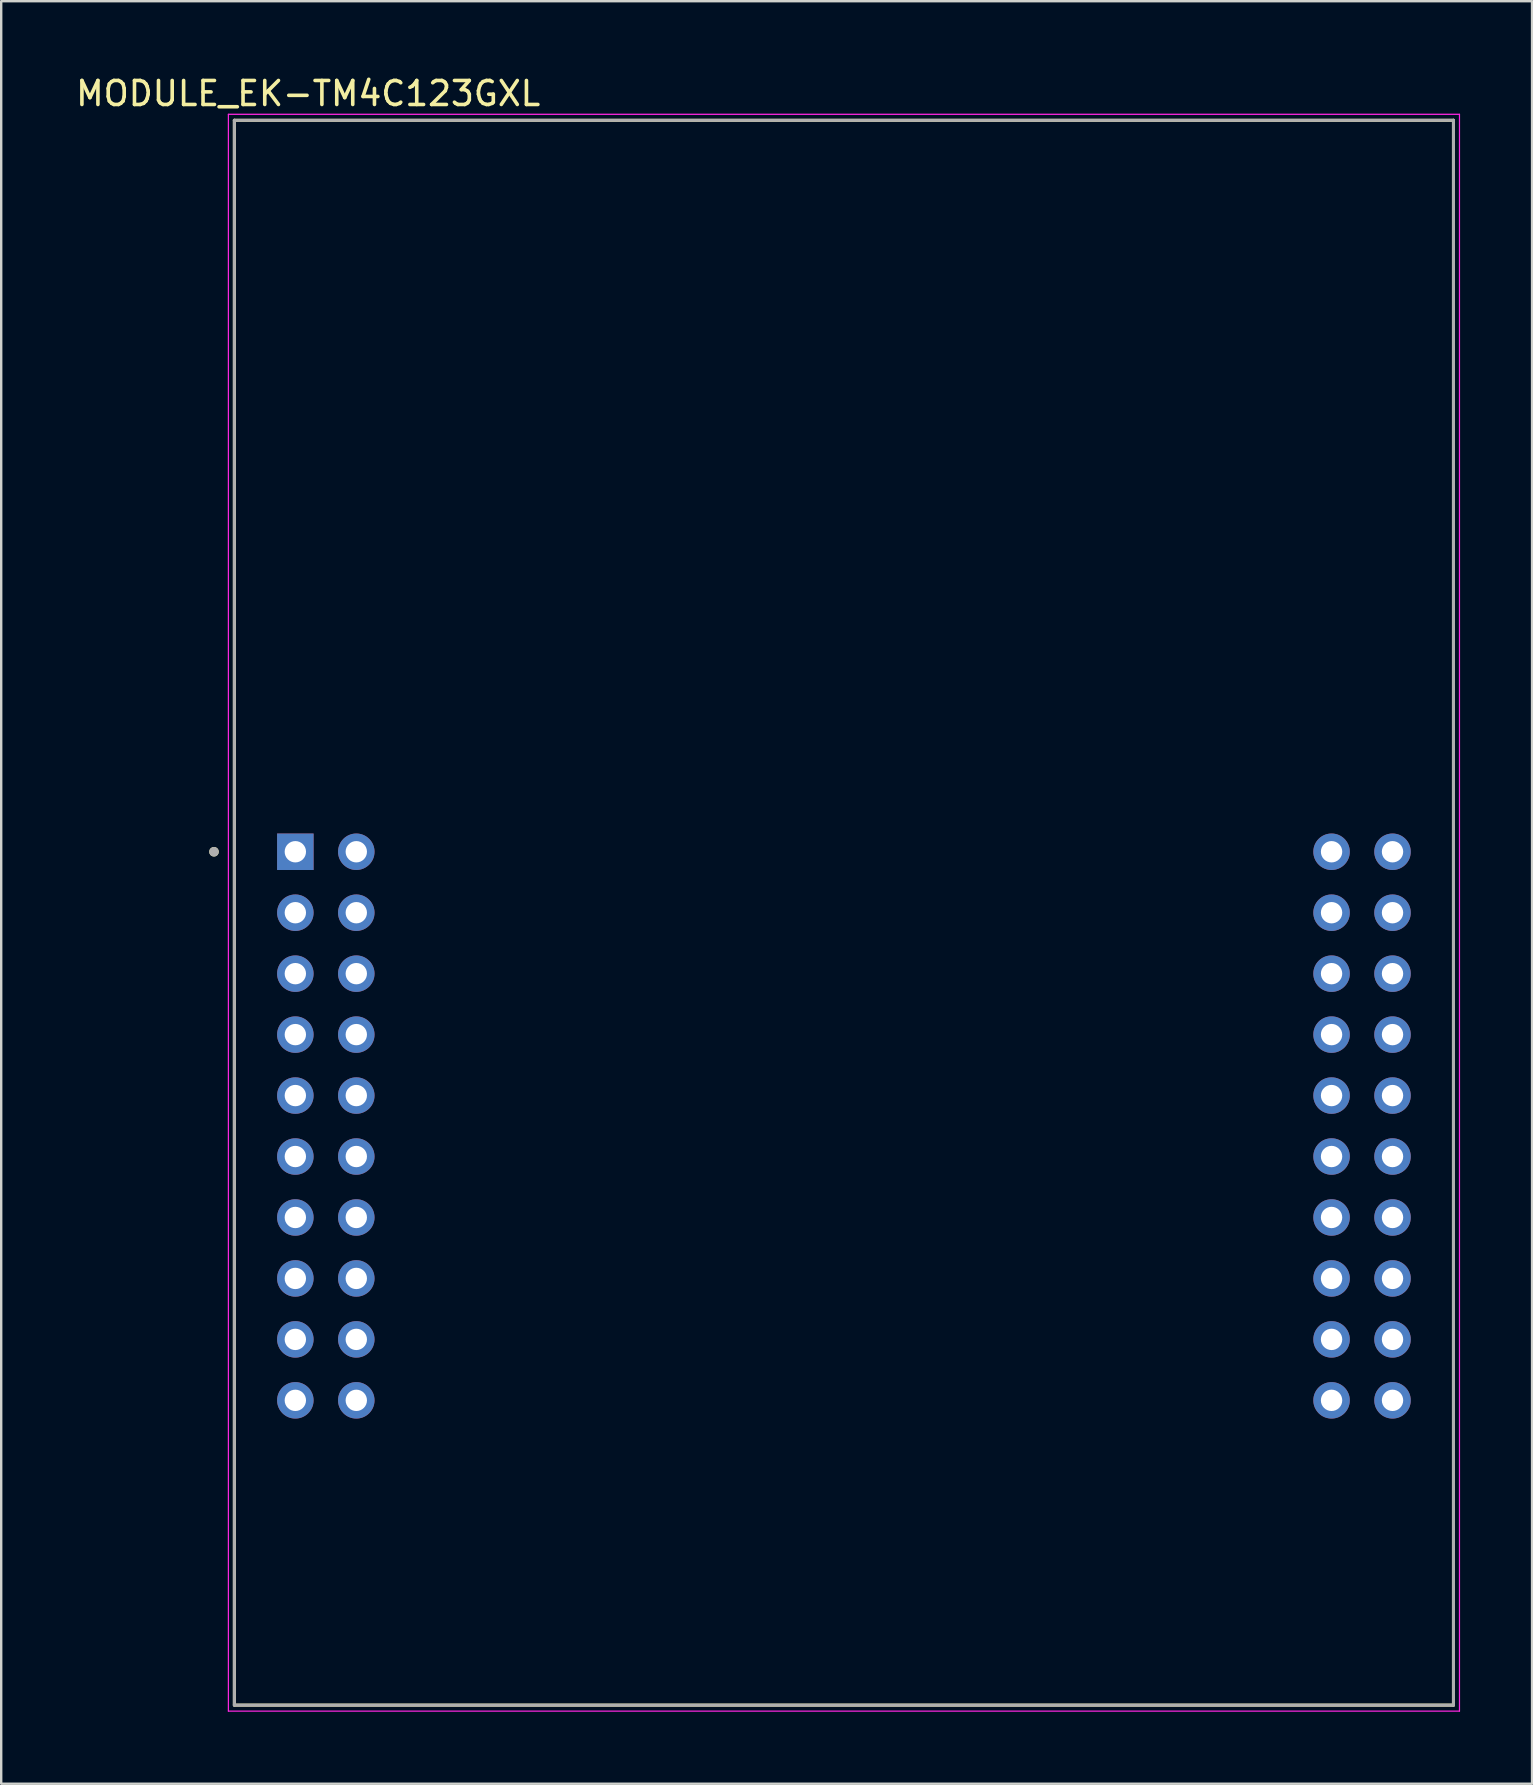
<source format=kicad_pcb>
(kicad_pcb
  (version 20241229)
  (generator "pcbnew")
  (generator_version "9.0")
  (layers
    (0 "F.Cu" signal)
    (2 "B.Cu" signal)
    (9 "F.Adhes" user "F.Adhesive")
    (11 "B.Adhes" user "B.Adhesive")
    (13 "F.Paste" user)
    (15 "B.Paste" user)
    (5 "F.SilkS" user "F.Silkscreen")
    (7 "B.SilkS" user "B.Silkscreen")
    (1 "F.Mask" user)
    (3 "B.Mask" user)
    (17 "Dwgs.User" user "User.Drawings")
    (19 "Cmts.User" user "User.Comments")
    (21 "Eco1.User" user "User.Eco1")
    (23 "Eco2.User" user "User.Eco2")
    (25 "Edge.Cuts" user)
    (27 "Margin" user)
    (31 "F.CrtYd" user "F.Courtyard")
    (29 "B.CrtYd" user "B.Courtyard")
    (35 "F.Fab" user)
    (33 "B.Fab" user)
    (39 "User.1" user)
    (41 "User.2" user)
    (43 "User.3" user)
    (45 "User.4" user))
  (footprint "MODULE_EK-TM4C123GXL"
    (layer "F.Cu")
    (at 32.117 34.983)
    (property "Reference" "MODULE_EK-TM4C123GXL" (at -22.325 -34.135 0) (layer "F.SilkS") (effects (font (size 1 1) (thickness 0.15))))
    (attr through_hole)
    (fp_line (start -25.4 -33.02) (end -25.4 33.02) (stroke (width 0.127) (type solid)) (layer "F.SilkS"))
    (fp_line (start -25.4 33.02) (end 25.4 33.02) (stroke (width 0.127) (type solid)) (layer "F.SilkS"))
    (fp_line (start 25.4 -33.02) (end -25.4 -33.02) (stroke (width 0.127) (type solid)) (layer "F.SilkS"))
    (fp_line (start 25.4 33.02) (end 25.4 -33.02) (stroke (width 0.127) (type solid)) (layer "F.SilkS"))
    (fp_circle (center -26.25 -2.54) (end -26.15 -2.54) (stroke (width 0.2) (type solid)) (fill no) (layer "F.SilkS"))
    (fp_line (start -25.65 -33.27) (end 25.65 -33.27) (stroke (width 0.05) (type solid)) (layer "F.CrtYd"))
    (fp_line (start -25.65 33.27) (end -25.65 -33.27) (stroke (width 0.05) (type solid)) (layer "F.CrtYd"))
    (fp_line (start 25.65 -33.27) (end 25.65 33.27) (stroke (width 0.05) (type solid)) (layer "F.CrtYd"))
    (fp_line (start 25.65 33.27) (end -25.65 33.27) (stroke (width 0.05) (type solid)) (layer "F.CrtYd"))
    (fp_line (start -25.4 -33.02) (end -25.4 33.02) (stroke (width 0.127) (type solid)) (layer "F.Fab"))
    (fp_line (start -25.4 33.02) (end 25.4 33.02) (stroke (width 0.127) (type solid)) (layer "F.Fab"))
    (fp_line (start 25.4 -33.02) (end -25.4 -33.02) (stroke (width 0.127) (type solid)) (layer "F.Fab"))
    (fp_line (start 25.4 33.02) (end 25.4 -33.02) (stroke (width 0.127) (type solid)) (layer "F.Fab"))
    (fp_circle (center -26.25 -2.54) (end -26.15 -2.54) (stroke (width 0.2) (type solid)) (fill no) (layer "F.Fab"))
    (pad "J1_1" thru_hole rect (at -22.86 -2.54) (size 1.52 1.52) (drill 0.89) (layers "*.Cu" "*.Mask"))
    (pad "J1_2" thru_hole circle (at -22.86 0) (size 1.52 1.52) (drill 0.89) (layers "*.Cu" "*.Mask"))
    (pad "J1_3" thru_hole circle (at -22.86 2.54) (size 1.52 1.52) (drill 0.89) (layers "*.Cu" "*.Mask"))
    (pad "J1_4" thru_hole circle (at -22.86 5.08) (size 1.52 1.52) (drill 0.89) (layers "*.Cu" "*.Mask"))
    (pad "J1_5" thru_hole circle (at -22.86 7.62) (size 1.52 1.52) (drill 0.89) (layers "*.Cu" "*.Mask"))
    (pad "J1_6" thru_hole circle (at -22.86 10.16) (size 1.52 1.52) (drill 0.89) (layers "*.Cu" "*.Mask"))
    (pad "J1_7" thru_hole circle (at -22.86 12.7) (size 1.52 1.52) (drill 0.89) (layers "*.Cu" "*.Mask"))
    (pad "J1_8" thru_hole circle (at -22.86 15.24) (size 1.52 1.52) (drill 0.89) (layers "*.Cu" "*.Mask"))
    (pad "J1_9" thru_hole circle (at -22.86 17.78) (size 1.52 1.52) (drill 0.89) (layers "*.Cu" "*.Mask"))
    (pad "J1_10" thru_hole circle (at -22.86 20.32) (size 1.52 1.52) (drill 0.89) (layers "*.Cu" "*.Mask"))
    (pad "J2_1" thru_hole circle (at 22.86 -2.54) (size 1.52 1.52) (drill 0.89) (layers "*.Cu" "*.Mask"))
    (pad "J2_2" thru_hole circle (at 22.86 0) (size 1.52 1.52) (drill 0.89) (layers "*.Cu" "*.Mask"))
    (pad "J2_3" thru_hole circle (at 22.86 2.54) (size 1.52 1.52) (drill 0.89) (layers "*.Cu" "*.Mask"))
    (pad "J2_4" thru_hole circle (at 22.86 5.08) (size 1.52 1.52) (drill 0.89) (layers "*.Cu" "*.Mask"))
    (pad "J2_5" thru_hole circle (at 22.86 7.62) (size 1.52 1.52) (drill 0.89) (layers "*.Cu" "*.Mask"))
    (pad "J2_6" thru_hole circle (at 22.86 10.16) (size 1.52 1.52) (drill 0.89) (layers "*.Cu" "*.Mask"))
    (pad "J2_7" thru_hole circle (at 22.86 12.7) (size 1.52 1.52) (drill 0.89) (layers "*.Cu" "*.Mask"))
    (pad "J2_8" thru_hole circle (at 22.86 15.24) (size 1.52 1.52) (drill 0.89) (layers "*.Cu" "*.Mask"))
    (pad "J2_9" thru_hole circle (at 22.86 17.78) (size 1.52 1.52) (drill 0.89) (layers "*.Cu" "*.Mask"))
    (pad "J2_10" thru_hole circle (at 22.86 20.32) (size 1.52 1.52) (drill 0.89) (layers "*.Cu" "*.Mask"))
    (pad "J3_1" thru_hole circle (at -20.32 -2.54) (size 1.52 1.52) (drill 0.89) (layers "*.Cu" "*.Mask"))
    (pad "J3_2" thru_hole circle (at -20.32 0) (size 1.52 1.52) (drill 0.89) (layers "*.Cu" "*.Mask"))
    (pad "J3_3" thru_hole circle (at -20.32 2.54) (size 1.52 1.52) (drill 0.89) (layers "*.Cu" "*.Mask"))
    (pad "J3_4" thru_hole circle (at -20.32 5.08) (size 1.52 1.52) (drill 0.89) (layers "*.Cu" "*.Mask"))
    (pad "J3_5" thru_hole circle (at -20.32 7.62) (size 1.52 1.52) (drill 0.89) (layers "*.Cu" "*.Mask"))
    (pad "J3_6" thru_hole circle (at -20.32 10.16) (size 1.52 1.52) (drill 0.89) (layers "*.Cu" "*.Mask"))
    (pad "J3_7" thru_hole circle (at -20.32 12.7) (size 1.52 1.52) (drill 0.89) (layers "*.Cu" "*.Mask"))
    (pad "J3_8" thru_hole circle (at -20.32 15.24) (size 1.52 1.52) (drill 0.89) (layers "*.Cu" "*.Mask"))
    (pad "J3_9" thru_hole circle (at -20.32 17.78) (size 1.52 1.52) (drill 0.89) (layers "*.Cu" "*.Mask"))
    (pad "J3_10" thru_hole circle (at -20.32 20.32) (size 1.52 1.52) (drill 0.89) (layers "*.Cu" "*.Mask"))
    (pad "J4_1" thru_hole circle (at 20.32 -2.54) (size 1.52 1.52) (drill 0.89) (layers "*.Cu" "*.Mask"))
    (pad "J4_2" thru_hole circle (at 20.32 0) (size 1.52 1.52) (drill 0.89) (layers "*.Cu" "*.Mask"))
    (pad "J4_3" thru_hole circle (at 20.32 2.54) (size 1.52 1.52) (drill 0.89) (layers "*.Cu" "*.Mask"))
    (pad "J4_4" thru_hole circle (at 20.32 5.08) (size 1.52 1.52) (drill 0.89) (layers "*.Cu" "*.Mask"))
    (pad "J4_5" thru_hole circle (at 20.32 7.62) (size 1.52 1.52) (drill 0.89) (layers "*.Cu" "*.Mask"))
    (pad "J4_6" thru_hole circle (at 20.32 10.16) (size 1.52 1.52) (drill 0.89) (layers "*.Cu" "*.Mask"))
    (pad "J4_7" thru_hole circle (at 20.32 12.7) (size 1.52 1.52) (drill 0.89) (layers "*.Cu" "*.Mask"))
    (pad "J4_8" thru_hole circle (at 20.32 15.24) (size 1.52 1.52) (drill 0.89) (layers "*.Cu" "*.Mask"))
    (pad "J4_9" thru_hole circle (at 20.32 17.78) (size 1.52 1.52) (drill 0.89) (layers "*.Cu" "*.Mask"))
    (pad "J4_10" thru_hole circle (at 20.32 20.32) (size 1.52 1.52) (drill 0.89) (layers "*.Cu" "*.Mask")))
  (gr_rect
    (start -3 -3)
    (end 60.792 71.278)
    (stroke (width 0.1) (type default))
    (fill no)
    (layer "Edge.Cuts")))
</source>
